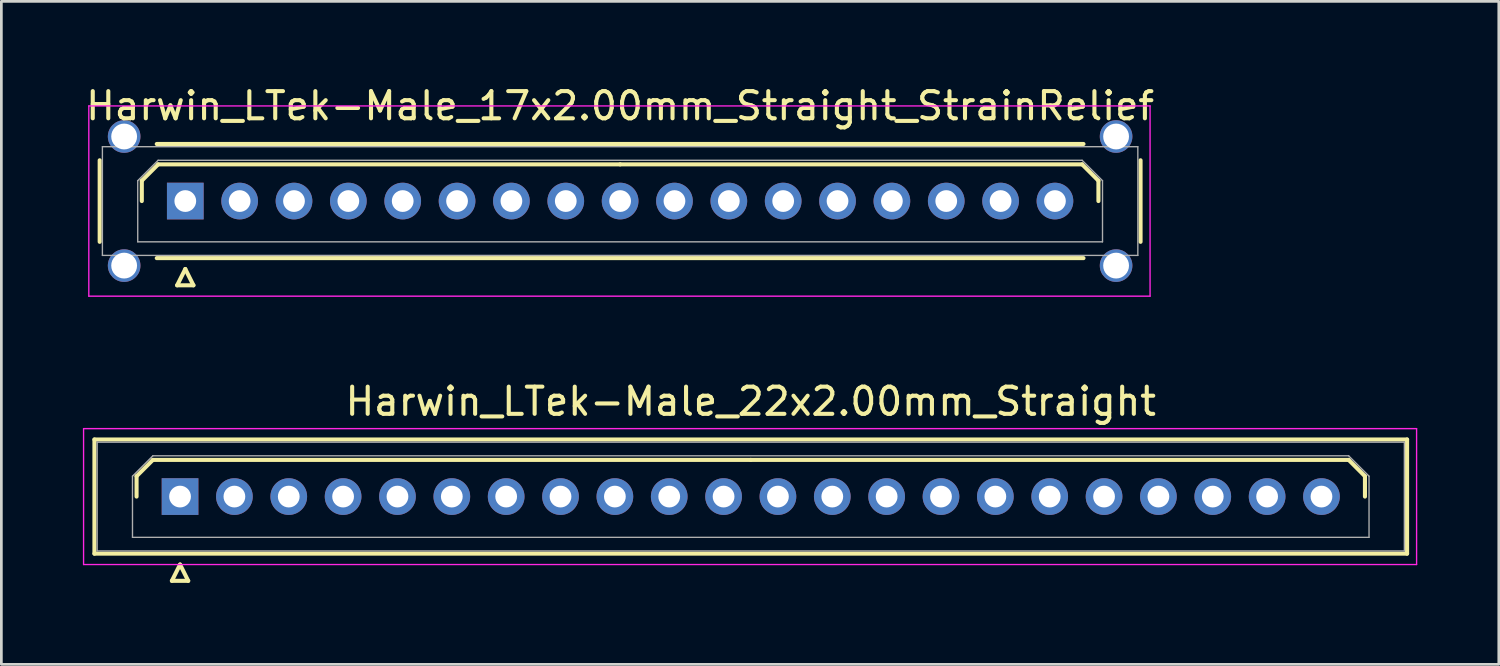
<source format=kicad_pcb>
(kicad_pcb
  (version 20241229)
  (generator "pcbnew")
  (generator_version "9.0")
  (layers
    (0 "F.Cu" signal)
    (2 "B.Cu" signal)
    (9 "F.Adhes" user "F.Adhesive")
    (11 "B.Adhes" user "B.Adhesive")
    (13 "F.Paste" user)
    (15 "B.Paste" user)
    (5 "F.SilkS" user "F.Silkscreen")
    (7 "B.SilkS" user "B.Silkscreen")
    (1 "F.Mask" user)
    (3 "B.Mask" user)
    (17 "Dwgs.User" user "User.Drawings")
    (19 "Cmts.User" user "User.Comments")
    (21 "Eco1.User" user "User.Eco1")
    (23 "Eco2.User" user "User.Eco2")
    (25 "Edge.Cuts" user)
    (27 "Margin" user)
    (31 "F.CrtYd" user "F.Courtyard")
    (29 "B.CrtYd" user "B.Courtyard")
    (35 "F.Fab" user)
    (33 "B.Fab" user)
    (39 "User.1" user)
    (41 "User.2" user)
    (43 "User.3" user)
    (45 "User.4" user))
  (footprint "Harwin_LTek-Male_22x2.00mm_Straight"
    (layer "F.Cu")
    (at 3.575 15.222)
    (property "Reference" "Harwin_LTek-Male_22x2.00mm_Straight" (at 21 -3.5 0) (layer "F.SilkS") (effects (font (size 1 1) (thickness 0.15))))
    (attr through_hole)
    (fp_line (start -3.15 -2.1) (end -3.15 2.1) (stroke (width 0.15) (type solid)) (layer "F.SilkS"))
    (fp_line (start -3.15 2.1) (end 45.15 2.1) (stroke (width 0.15) (type solid)) (layer "F.SilkS"))
    (fp_line (start -1.6 -0.75) (end -1 -1.35) (stroke (width 0.15) (type solid)) (layer "F.SilkS"))
    (fp_line (start -1.6 0) (end -1.6 -0.75) (stroke (width 0.15) (type solid)) (layer "F.SilkS"))
    (fp_line (start -1 -1.35) (end 21 -1.35) (stroke (width 0.15) (type solid)) (layer "F.SilkS"))
    (fp_line (start -0.3 3.1) (end 0.3 3.1) (stroke (width 0.15) (type solid)) (layer "F.SilkS"))
    (fp_line (start 0 2.5) (end -0.3 3.1) (stroke (width 0.15) (type solid)) (layer "F.SilkS"))
    (fp_line (start 0.3 3.1) (end 0 2.5) (stroke (width 0.15) (type solid)) (layer "F.SilkS"))
    (fp_line (start 43 -1.35) (end 21 -1.35) (stroke (width 0.15) (type solid)) (layer "F.SilkS"))
    (fp_line (start 43.6 -0.75) (end 43 -1.35) (stroke (width 0.15) (type solid)) (layer "F.SilkS"))
    (fp_line (start 43.6 0) (end 43.6 -0.75) (stroke (width 0.15) (type solid)) (layer "F.SilkS"))
    (fp_line (start 45.15 -2.1) (end -3.15 -2.1) (stroke (width 0.15) (type solid)) (layer "F.SilkS"))
    (fp_line (start 45.15 2.1) (end 45.15 -2.1) (stroke (width 0.15) (type solid)) (layer "F.SilkS"))
    (fp_line (start -3.55 -2.5) (end -3.55 2.5) (stroke (width 0.05) (type solid)) (layer "F.CrtYd"))
    (fp_line (start -3.55 2.5) (end 45.5 2.5) (stroke (width 0.05) (type solid)) (layer "F.CrtYd"))
    (fp_line (start 45.5 -2.5) (end -3.55 -2.5) (stroke (width 0.05) (type solid)) (layer "F.CrtYd"))
    (fp_line (start 45.5 2.5) (end 45.5 -2.5) (stroke (width 0.05) (type solid)) (layer "F.CrtYd"))
    (fp_line (start -3.05 -2) (end -3.05 2) (stroke (width 0.05) (type solid)) (layer "F.Fab"))
    (fp_line (start -3.05 2) (end 45.05 2) (stroke (width 0.05) (type solid)) (layer "F.Fab"))
    (fp_line (start -1.75 -0.75) (end -1 -1.5) (stroke (width 0.05) (type solid)) (layer "F.Fab"))
    (fp_line (start -1.75 1.5) (end -1.75 -0.75) (stroke (width 0.05) (type solid)) (layer "F.Fab"))
    (fp_line (start -1 -1.5) (end 43 -1.5) (stroke (width 0.05) (type solid)) (layer "F.Fab"))
    (fp_line (start 43 -1.5) (end 43.75 -0.75) (stroke (width 0.05) (type solid)) (layer "F.Fab"))
    (fp_line (start 43.75 -0.75) (end 43.75 1.5) (stroke (width 0.05) (type solid)) (layer "F.Fab"))
    (fp_line (start 43.75 1.5) (end -1.75 1.5) (stroke (width 0.05) (type solid)) (layer "F.Fab"))
    (fp_line (start 45.05 -2) (end -3.05 -2) (stroke (width 0.05) (type solid)) (layer "F.Fab"))
    (fp_line (start 45.05 2) (end 45.05 -2) (stroke (width 0.05) (type solid)) (layer "F.Fab"))
    (pad "1" thru_hole rect (at 0 0) (size 1.35 1.35) (drill 0.8) (layers "*.Cu" "*.Mask"))
    (pad "2" thru_hole circle (at 2 0) (size 1.35 1.35) (drill 0.8) (layers "*.Cu" "*.Mask"))
    (pad "3" thru_hole circle (at 4 0) (size 1.35 1.35) (drill 0.8) (layers "*.Cu" "*.Mask"))
    (pad "4" thru_hole circle (at 6 0) (size 1.35 1.35) (drill 0.8) (layers "*.Cu" "*.Mask"))
    (pad "5" thru_hole circle (at 8 0) (size 1.35 1.35) (drill 0.8) (layers "*.Cu" "*.Mask"))
    (pad "6" thru_hole circle (at 10 0) (size 1.35 1.35) (drill 0.8) (layers "*.Cu" "*.Mask"))
    (pad "7" thru_hole circle (at 12 0) (size 1.35 1.35) (drill 0.8) (layers "*.Cu" "*.Mask"))
    (pad "8" thru_hole circle (at 14 0) (size 1.35 1.35) (drill 0.8) (layers "*.Cu" "*.Mask"))
    (pad "9" thru_hole circle (at 16 0) (size 1.35 1.35) (drill 0.8) (layers "*.Cu" "*.Mask"))
    (pad "10" thru_hole circle (at 18 0) (size 1.35 1.35) (drill 0.8) (layers "*.Cu" "*.Mask"))
    (pad "11" thru_hole circle (at 20 0) (size 1.35 1.35) (drill 0.8) (layers "*.Cu" "*.Mask"))
    (pad "12" thru_hole circle (at 22 0) (size 1.35 1.35) (drill 0.8) (layers "*.Cu" "*.Mask"))
    (pad "13" thru_hole circle (at 24 0) (size 1.35 1.35) (drill 0.8) (layers "*.Cu" "*.Mask"))
    (pad "14" thru_hole circle (at 26 0) (size 1.35 1.35) (drill 0.8) (layers "*.Cu" "*.Mask"))
    (pad "15" thru_hole circle (at 28 0) (size 1.35 1.35) (drill 0.8) (layers "*.Cu" "*.Mask"))
    (pad "16" thru_hole circle (at 30 0) (size 1.35 1.35) (drill 0.8) (layers "*.Cu" "*.Mask"))
    (pad "17" thru_hole circle (at 32 0) (size 1.35 1.35) (drill 0.8) (layers "*.Cu" "*.Mask"))
    (pad "18" thru_hole circle (at 34 0) (size 1.35 1.35) (drill 0.8) (layers "*.Cu" "*.Mask"))
    (pad "19" thru_hole circle (at 36 0) (size 1.35 1.35) (drill 0.8) (layers "*.Cu" "*.Mask"))
    (pad "20" thru_hole circle (at 38 0) (size 1.35 1.35) (drill 0.8) (layers "*.Cu" "*.Mask"))
    (pad "21" thru_hole circle (at 40 0) (size 1.35 1.35) (drill 0.8) (layers "*.Cu" "*.Mask"))
    (pad "22" thru_hole circle (at 42 0) (size 1.35 1.35) (drill 0.8) (layers "*.Cu" "*.Mask")))
  (footprint "Harwin_LTek-Male_17x2.00mm_Straight_StrainRelief"
    (layer "F.Cu")
    (at 3.768 4.348)
    (property "Reference" "Harwin_LTek-Male_17x2.00mm_Straight_StrainRelief" (at 16 -3.5 0) (layer "F.SilkS") (effects (font (size 1 1) (thickness 0.15))))
    (attr through_hole)
    (fp_line (start -3.15 -1.5) (end -3.15 1.5) (stroke (width 0.15) (type solid)) (layer "F.SilkS"))
    (fp_line (start -1.6 -0.75) (end -1 -1.35) (stroke (width 0.15) (type solid)) (layer "F.SilkS"))
    (fp_line (start -1.6 0) (end -1.6 -0.75) (stroke (width 0.15) (type solid)) (layer "F.SilkS"))
    (fp_line (start -1.05 -2.1) (end 33.05 -2.1) (stroke (width 0.15) (type solid)) (layer "F.SilkS"))
    (fp_line (start -1.05 2.1) (end 33.05 2.1) (stroke (width 0.15) (type solid)) (layer "F.SilkS"))
    (fp_line (start -1 -1.35) (end 16 -1.35) (stroke (width 0.15) (type solid)) (layer "F.SilkS"))
    (fp_line (start -0.3 3.1) (end 0.3 3.1) (stroke (width 0.15) (type solid)) (layer "F.SilkS"))
    (fp_line (start 0 2.5) (end -0.3 3.1) (stroke (width 0.15) (type solid)) (layer "F.SilkS"))
    (fp_line (start 0.3 3.1) (end 0 2.5) (stroke (width 0.15) (type solid)) (layer "F.SilkS"))
    (fp_line (start 33 -1.35) (end 16 -1.35) (stroke (width 0.15) (type solid)) (layer "F.SilkS"))
    (fp_line (start 33.6 -0.75) (end 33 -1.35) (stroke (width 0.15) (type solid)) (layer "F.SilkS"))
    (fp_line (start 33.6 0) (end 33.6 -0.75) (stroke (width 0.15) (type solid)) (layer "F.SilkS"))
    (fp_line (start 35.15 -1.5) (end 35.15 1.5) (stroke (width 0.15) (type solid)) (layer "F.SilkS"))
    (fp_line (start -3.55 -3.5) (end -3.55 3.5) (stroke (width 0.05) (type solid)) (layer "F.CrtYd"))
    (fp_line (start -3.55 3.5) (end 35.5 3.5) (stroke (width 0.05) (type solid)) (layer "F.CrtYd"))
    (fp_line (start 35.5 -3.5) (end -3.55 -3.5) (stroke (width 0.05) (type solid)) (layer "F.CrtYd"))
    (fp_line (start 35.5 3.5) (end 35.5 -3.5) (stroke (width 0.05) (type solid)) (layer "F.CrtYd"))
    (fp_line (start -3.05 -2) (end -3.05 2) (stroke (width 0.05) (type solid)) (layer "F.Fab"))
    (fp_line (start -3.05 2) (end 35.05 2) (stroke (width 0.05) (type solid)) (layer "F.Fab"))
    (fp_line (start -1.75 -0.75) (end -1 -1.5) (stroke (width 0.05) (type solid)) (layer "F.Fab"))
    (fp_line (start -1.75 1.5) (end -1.75 -0.75) (stroke (width 0.05) (type solid)) (layer "F.Fab"))
    (fp_line (start -1 -1.5) (end 33 -1.5) (stroke (width 0.05) (type solid)) (layer "F.Fab"))
    (fp_line (start 33 -1.5) (end 33.75 -0.75) (stroke (width 0.05) (type solid)) (layer "F.Fab"))
    (fp_line (start 33.75 -0.75) (end 33.75 1.5) (stroke (width 0.05) (type solid)) (layer "F.Fab"))
    (fp_line (start 33.75 1.5) (end -1.75 1.5) (stroke (width 0.05) (type solid)) (layer "F.Fab"))
    (fp_line (start 35.05 -2) (end -3.05 -2) (stroke (width 0.05) (type solid)) (layer "F.Fab"))
    (fp_line (start 35.05 2) (end 35.05 -2) (stroke (width 0.05) (type solid)) (layer "F.Fab"))
    (pad "" thru_hole circle (at -2.25 -2.375) (size 1.2 1.2) (drill 0.95) (layers "*.Cu" "*.Mask"))
    (pad "" thru_hole circle (at -2.25 2.375) (size 1.2 1.2) (drill 0.95) (layers "*.Cu" "*.Mask"))
    (pad "" thru_hole circle (at 34.25 -2.375) (size 1.2 1.2) (drill 0.95) (layers "*.Cu" "*.Mask"))
    (pad "" thru_hole circle (at 34.25 2.375) (size 1.2 1.2) (drill 0.95) (layers "*.Cu" "*.Mask"))
    (pad "1" thru_hole rect (at 0 0) (size 1.35 1.35) (drill 0.8) (layers "*.Cu" "*.Mask"))
    (pad "2" thru_hole circle (at 2 0) (size 1.35 1.35) (drill 0.8) (layers "*.Cu" "*.Mask"))
    (pad "3" thru_hole circle (at 4 0) (size 1.35 1.35) (drill 0.8) (layers "*.Cu" "*.Mask"))
    (pad "4" thru_hole circle (at 6 0) (size 1.35 1.35) (drill 0.8) (layers "*.Cu" "*.Mask"))
    (pad "5" thru_hole circle (at 8 0) (size 1.35 1.35) (drill 0.8) (layers "*.Cu" "*.Mask"))
    (pad "6" thru_hole circle (at 10 0) (size 1.35 1.35) (drill 0.8) (layers "*.Cu" "*.Mask"))
    (pad "7" thru_hole circle (at 12 0) (size 1.35 1.35) (drill 0.8) (layers "*.Cu" "*.Mask"))
    (pad "8" thru_hole circle (at 14 0) (size 1.35 1.35) (drill 0.8) (layers "*.Cu" "*.Mask"))
    (pad "9" thru_hole circle (at 16 0) (size 1.35 1.35) (drill 0.8) (layers "*.Cu" "*.Mask"))
    (pad "10" thru_hole circle (at 18 0) (size 1.35 1.35) (drill 0.8) (layers "*.Cu" "*.Mask"))
    (pad "11" thru_hole circle (at 20 0) (size 1.35 1.35) (drill 0.8) (layers "*.Cu" "*.Mask"))
    (pad "12" thru_hole circle (at 22 0) (size 1.35 1.35) (drill 0.8) (layers "*.Cu" "*.Mask"))
    (pad "13" thru_hole circle (at 24 0) (size 1.35 1.35) (drill 0.8) (layers "*.Cu" "*.Mask"))
    (pad "14" thru_hole circle (at 26 0) (size 1.35 1.35) (drill 0.8) (layers "*.Cu" "*.Mask"))
    (pad "15" thru_hole circle (at 28 0) (size 1.35 1.35) (drill 0.8) (layers "*.Cu" "*.Mask"))
    (pad "16" thru_hole circle (at 30 0) (size 1.35 1.35) (drill 0.8) (layers "*.Cu" "*.Mask"))
    (pad "17" thru_hole circle (at 32 0) (size 1.35 1.35) (drill 0.8) (layers "*.Cu" "*.Mask")))
  (gr_rect
    (start -3 -3)
    (end 52.1 21.396)
    (stroke (width 0.1) (type default))
    (fill no)
    (layer "Edge.Cuts")))
</source>
